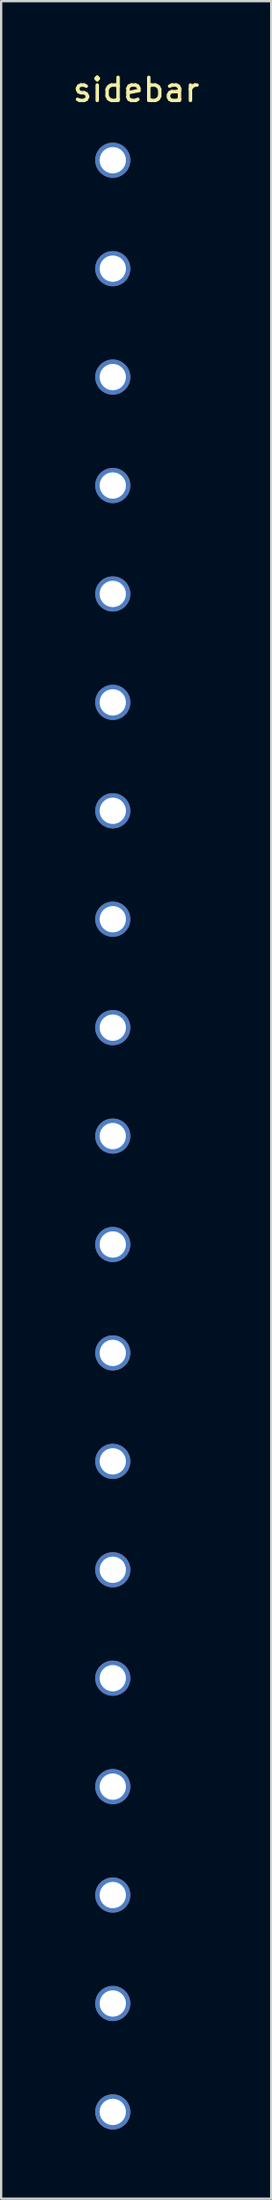
<source format=kicad_pcb>
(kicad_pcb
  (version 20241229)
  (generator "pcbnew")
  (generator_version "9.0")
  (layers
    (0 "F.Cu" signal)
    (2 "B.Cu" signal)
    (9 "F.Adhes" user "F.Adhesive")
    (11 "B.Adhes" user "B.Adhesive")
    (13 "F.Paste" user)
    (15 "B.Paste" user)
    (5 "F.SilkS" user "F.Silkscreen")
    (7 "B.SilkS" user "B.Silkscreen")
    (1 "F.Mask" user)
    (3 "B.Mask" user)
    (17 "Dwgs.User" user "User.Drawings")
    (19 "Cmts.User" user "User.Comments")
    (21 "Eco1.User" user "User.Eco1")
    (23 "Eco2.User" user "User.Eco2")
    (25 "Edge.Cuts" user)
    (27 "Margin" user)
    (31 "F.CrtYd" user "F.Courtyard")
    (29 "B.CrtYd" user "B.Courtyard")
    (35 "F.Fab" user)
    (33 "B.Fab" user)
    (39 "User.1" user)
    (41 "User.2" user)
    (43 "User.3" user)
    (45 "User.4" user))
  (footprint "sidebar"
    (layer "F.Cu")
    (at 1.847 3.896)
    (property "Reference" "sidebar" (at 1.016 -3.048 0) (layer "F.SilkS") (effects (font (size 1 1) (thickness 0.15))))
    (attr through_hole)
    (pad "1" thru_hole circle (at 0 0) (size 1.524 1.524) (drill 1.143) (layers "*.Cu" "*.Mask"))
    (pad "2" thru_hole circle (at 0 4.7) (size 1.524 1.524) (drill 1.143) (layers "*.Cu" "*.Mask"))
    (pad "3" thru_hole circle (at 0 9.4) (size 1.524 1.524) (drill 1.143) (layers "*.Cu" "*.Mask"))
    (pad "4" thru_hole circle (at 0 14.1) (size 1.524 1.524) (drill 1.143) (layers "*.Cu" "*.Mask"))
    (pad "5" thru_hole circle (at 0 18.8) (size 1.524 1.524) (drill 1.143) (layers "*.Cu" "*.Mask"))
    (pad "6" thru_hole circle (at 0 23.5) (size 1.524 1.524) (drill 1.143) (layers "*.Cu" "*.Mask"))
    (pad "7" thru_hole circle (at 0 28.2) (size 1.524 1.524) (drill 1.143) (layers "*.Cu" "*.Mask"))
    (pad "8" thru_hole circle (at 0 32.9) (size 1.524 1.524) (drill 1.143) (layers "*.Cu" "*.Mask"))
    (pad "9" thru_hole circle (at 0 37.6) (size 1.524 1.524) (drill 1.143) (layers "*.Cu" "*.Mask"))
    (pad "10" thru_hole circle (at 0 42.3) (size 1.524 1.524) (drill 1.143) (layers "*.Cu" "*.Mask"))
    (pad "11" thru_hole circle (at 0 47) (size 1.524 1.524) (drill 1.143) (layers "*.Cu" "*.Mask"))
    (pad "12" thru_hole circle (at 0 51.7) (size 1.524 1.524) (drill 1.143) (layers "*.Cu" "*.Mask"))
    (pad "13" thru_hole circle (at 0 56.4) (size 1.524 1.524) (drill 1.143) (layers "*.Cu" "*.Mask"))
    (pad "14" thru_hole circle (at 0 61.1) (size 1.524 1.524) (drill 1.143) (layers "*.Cu" "*.Mask"))
    (pad "15" thru_hole circle (at 0 65.8) (size 1.524 1.524) (drill 1.143) (layers "*.Cu" "*.Mask"))
    (pad "16" thru_hole circle (at 0 70.5) (size 1.524 1.524) (drill 1.143) (layers "*.Cu" "*.Mask"))
    (pad "17" thru_hole circle (at 0 75.2) (size 1.524 1.524) (drill 1.143) (layers "*.Cu" "*.Mask"))
    (pad "18" thru_hole circle (at 0 79.9) (size 1.524 1.524) (drill 1.143) (layers "*.Cu" "*.Mask"))
    (pad "19" thru_hole circle (at 0 84.6) (size 1.524 1.524) (drill 1.143) (layers "*.Cu" "*.Mask")))
  (gr_rect
    (start -3 -3)
    (end 8.726 92.258)
    (stroke (width 0.1) (type default))
    (fill no)
    (layer "Edge.Cuts")))
</source>
